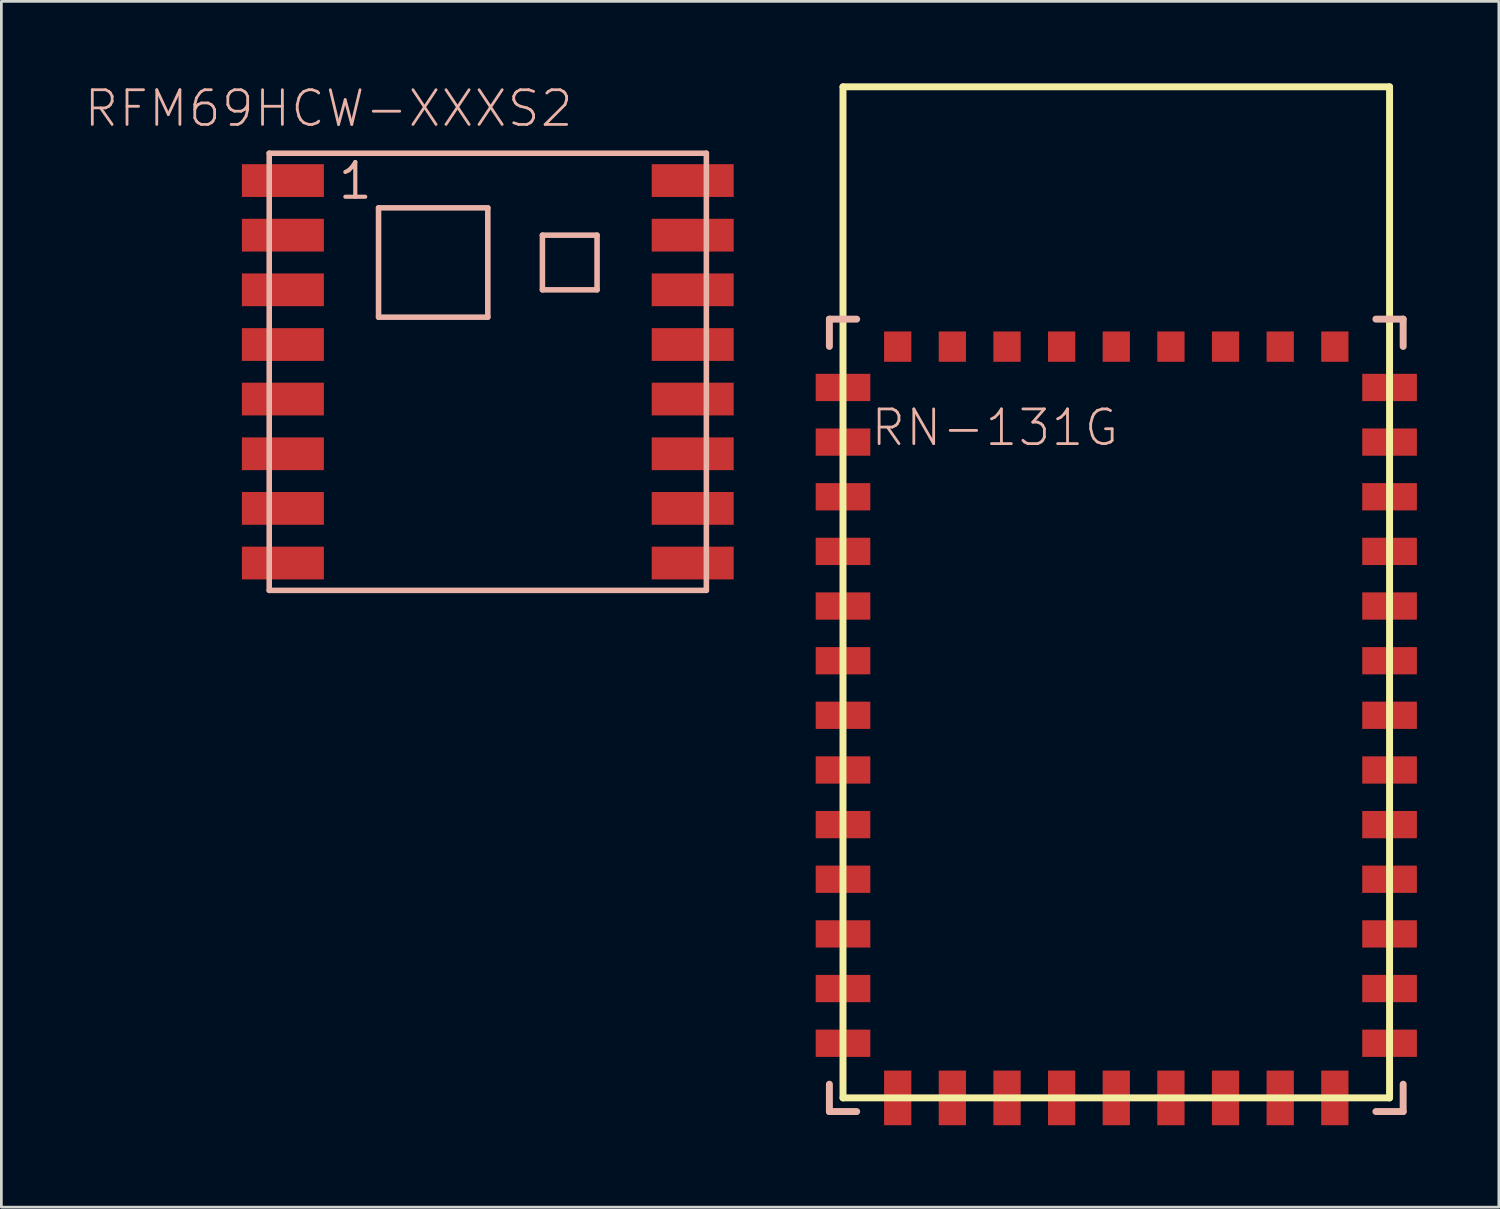
<source format=kicad_pcb>
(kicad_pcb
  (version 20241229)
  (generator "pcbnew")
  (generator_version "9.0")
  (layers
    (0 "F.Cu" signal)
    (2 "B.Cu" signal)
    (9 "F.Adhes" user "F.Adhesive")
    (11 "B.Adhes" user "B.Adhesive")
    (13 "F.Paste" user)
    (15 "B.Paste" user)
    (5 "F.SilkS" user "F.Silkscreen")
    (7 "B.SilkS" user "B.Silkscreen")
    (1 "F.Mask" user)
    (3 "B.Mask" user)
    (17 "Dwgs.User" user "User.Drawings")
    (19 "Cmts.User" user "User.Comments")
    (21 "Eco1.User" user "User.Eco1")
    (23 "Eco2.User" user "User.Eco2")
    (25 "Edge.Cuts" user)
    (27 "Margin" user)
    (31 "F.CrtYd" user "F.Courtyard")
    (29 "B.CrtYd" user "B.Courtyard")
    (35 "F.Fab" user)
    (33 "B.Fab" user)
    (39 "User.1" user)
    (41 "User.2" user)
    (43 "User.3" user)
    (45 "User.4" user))
  (footprint "RFM69HCW-XXXS2"
    (layer "F.Cu")
    (at 14.8 10.555)
    (property "Reference" "RFM69HCW-XXXS2" (at -5.824 -9.634 0) (layer "B.SilkS") (effects (font (size 1.27 1.27) (thickness 0.102))))
    (attr smd)
    (fp_line (start -7.998 -7.998) (end 7.998 -7.998) (stroke (width 0.203) (type solid)) (layer "B.SilkS"))
    (fp_line (start -7.998 7.998) (end -7.998 -7.998) (stroke (width 0.203) (type solid)) (layer "B.SilkS"))
    (fp_line (start -3.998 -5.999) (end -3.998 -1.999) (stroke (width 0.203) (type solid)) (layer "B.SilkS"))
    (fp_line (start -3.998 -1.999) (end 0 -1.999) (stroke (width 0.203) (type solid)) (layer "B.SilkS"))
    (fp_line (start 0 -5.999) (end -3.998 -5.999) (stroke (width 0.203) (type solid)) (layer "B.SilkS"))
    (fp_line (start 0 -1.999) (end 0 -5.999) (stroke (width 0.203) (type solid)) (layer "B.SilkS"))
    (fp_line (start 1.999 -3) (end 1.999 -4.999) (stroke (width 0.203) (type solid)) (layer "B.SilkS"))
    (fp_line (start 3.998 -4.999) (end 1.999 -4.999) (stroke (width 0.203) (type solid)) (layer "B.SilkS"))
    (fp_line (start 3.998 -3) (end 1.999 -3) (stroke (width 0.203) (type solid)) (layer "B.SilkS"))
    (fp_line (start 3.998 -3) (end 3.998 -4.999) (stroke (width 0.203) (type solid)) (layer "B.SilkS"))
    (fp_line (start 7.998 -7.998) (end 7.998 7.998) (stroke (width 0.203) (type solid)) (layer "B.SilkS"))
    (fp_line (start 7.998 7.998) (end -7.998 7.998) (stroke (width 0.203) (type solid)) (layer "B.SilkS"))
    (fp_text user "1" (at -4.849 -6.985 0) (layer "B.SilkS") (effects (font (size 1.27 1.27) (thickness 0.152))))
    (pad "1" smd rect (at -7.498 -6.998) (size 3 1.199) (layers "F.Cu" "F.Mask" "F.Paste"))
    (pad "2" smd rect (at -7.498 -4.999) (size 3 1.199) (layers "F.Cu" "F.Mask" "F.Paste"))
    (pad "3" smd rect (at -7.498 -3) (size 3 1.199) (layers "F.Cu" "F.Mask" "F.Paste"))
    (pad "4" smd rect (at -7.498 -0.998) (size 3 1.199) (layers "F.Cu" "F.Mask" "F.Paste"))
    (pad "5" smd rect (at -7.498 0.998) (size 3 1.199) (layers "F.Cu" "F.Mask" "F.Paste"))
    (pad "6" smd rect (at -7.498 3) (size 3 1.199) (layers "F.Cu" "F.Mask" "F.Paste"))
    (pad "7" smd rect (at -7.498 4.999) (size 3 1.199) (layers "F.Cu" "F.Mask" "F.Paste"))
    (pad "8" smd rect (at -7.498 6.998) (size 3 1.199) (layers "F.Cu" "F.Mask" "F.Paste"))
    (pad "9" smd rect (at 7.498 6.998) (size 3 1.199) (layers "F.Cu" "F.Mask" "F.Paste"))
    (pad "10" smd rect (at 7.498 4.999) (size 3 1.199) (layers "F.Cu" "F.Mask" "F.Paste"))
    (pad "11" smd rect (at 7.498 3) (size 3 1.199) (layers "F.Cu" "F.Mask" "F.Paste"))
    (pad "12" smd rect (at 7.498 0.998) (size 3 1.199) (layers "F.Cu" "F.Mask" "F.Paste"))
    (pad "13" smd rect (at 7.498 -0.998) (size 3 1.199) (layers "F.Cu" "F.Mask" "F.Paste"))
    (pad "14" smd rect (at 7.498 -3) (size 3 1.199) (layers "F.Cu" "F.Mask" "F.Paste"))
    (pad "15" smd rect (at 7.498 -4.999) (size 3 1.199) (layers "F.Cu" "F.Mask" "F.Paste"))
    (pad "16" smd rect (at 7.498 -6.998) (size 3 1.199) (layers "F.Cu" "F.Mask" "F.Paste")))
  (footprint "RN-131G"
    (layer "F.Cu")
    (at 37.798 22.126)
    (property "Reference" "RN-131G" (at -4.445 -9.525 0) (layer "B.SilkS") (effects (font (size 1.27 1.27) (thickness 0.102))))
    (attr smd)
    (fp_line (start -10 -21.999) (end -10 14.999) (stroke (width 0.254) (type solid)) (layer "F.SilkS"))
    (fp_line (start -10 14.999) (end 10 14.999) (stroke (width 0.254) (type solid)) (layer "F.SilkS"))
    (fp_line (start 10 -21.999) (end -10 -21.999) (stroke (width 0.254) (type solid)) (layer "F.SilkS"))
    (fp_line (start 10 14.999) (end 10 -21.999) (stroke (width 0.254) (type solid)) (layer "F.SilkS"))
    (fp_line (start -10.498 -13.498) (end -9.5 -13.498) (stroke (width 0.254) (type solid)) (layer "B.SilkS"))
    (fp_line (start -10.498 -12.499) (end -10.498 -13.498) (stroke (width 0.254) (type solid)) (layer "B.SilkS"))
    (fp_line (start -10.498 14.498) (end -10.498 15.499) (stroke (width 0.254) (type solid)) (layer "B.SilkS"))
    (fp_line (start -10.498 15.499) (end -9.5 15.499) (stroke (width 0.254) (type solid)) (layer "B.SilkS"))
    (fp_line (start 9.5 15.499) (end 10.498 15.499) (stroke (width 0.254) (type solid)) (layer "B.SilkS"))
    (fp_line (start 10.498 -13.498) (end 9.5 -13.498) (stroke (width 0.254) (type solid)) (layer "B.SilkS"))
    (fp_line (start 10.498 -12.499) (end 10.498 -13.498) (stroke (width 0.254) (type solid)) (layer "B.SilkS"))
    (fp_line (start 10.498 15.499) (end 10.498 14.498) (stroke (width 0.254) (type solid)) (layer "B.SilkS"))
    (pad "P$1" smd rect (at -10 -10.998 90) (size 0.998 1.999) (layers "F.Cu" "F.Mask" "F.Paste"))
    (pad "P$2" smd rect (at -10 -8.999 90) (size 0.998 1.999) (layers "F.Cu" "F.Mask" "F.Paste"))
    (pad "P$3" smd rect (at -10 -6.998 90) (size 0.998 1.999) (layers "F.Cu" "F.Mask" "F.Paste"))
    (pad "P$4" smd rect (at -10 -4.999 90) (size 0.998 1.999) (layers "F.Cu" "F.Mask" "F.Paste"))
    (pad "P$5" smd rect (at -10 -3 90) (size 0.998 1.999) (layers "F.Cu" "F.Mask" "F.Paste"))
    (pad "P$6" smd rect (at -10 -0.998 90) (size 0.998 1.999) (layers "F.Cu" "F.Mask" "F.Paste"))
    (pad "P$7" smd rect (at -10 0.998 90) (size 0.998 1.999) (layers "F.Cu" "F.Mask" "F.Paste"))
    (pad "P$8" smd rect (at -10 3 90) (size 0.998 1.999) (layers "F.Cu" "F.Mask" "F.Paste"))
    (pad "P$9" smd rect (at -10 4.999 90) (size 0.998 1.999) (layers "F.Cu" "F.Mask" "F.Paste"))
    (pad "P$10" smd rect (at -10 6.998 90) (size 0.998 1.999) (layers "F.Cu" "F.Mask" "F.Paste"))
    (pad "P$11" smd rect (at -10 8.999 90) (size 0.998 1.999) (layers "F.Cu" "F.Mask" "F.Paste"))
    (pad "P$12" smd rect (at -10 10.998 90) (size 0.998 1.999) (layers "F.Cu" "F.Mask" "F.Paste"))
    (pad "P$13" smd rect (at -10 13 90) (size 0.998 1.999) (layers "F.Cu" "F.Mask" "F.Paste"))
    (pad "P$14" smd rect (at -7.998 14.999 180) (size 0.998 1.999) (layers "F.Cu" "F.Mask" "F.Paste"))
    (pad "P$15" smd rect (at -5.999 14.999 180) (size 0.998 1.999) (layers "F.Cu" "F.Mask" "F.Paste"))
    (pad "P$16" smd rect (at -3.998 14.999 180) (size 0.998 1.999) (layers "F.Cu" "F.Mask" "F.Paste"))
    (pad "P$17" smd rect (at -1.999 14.999 180) (size 0.998 1.999) (layers "F.Cu" "F.Mask" "F.Paste"))
    (pad "P$18" smd rect (at 0 14.999 180) (size 0.998 1.999) (layers "F.Cu" "F.Mask" "F.Paste"))
    (pad "P$19" smd rect (at 1.999 14.999 180) (size 0.998 1.999) (layers "F.Cu" "F.Mask" "F.Paste"))
    (pad "P$20" smd rect (at 3.998 14.999 180) (size 0.998 1.999) (layers "F.Cu" "F.Mask" "F.Paste"))
    (pad "P$21" smd rect (at 5.999 14.999 180) (size 0.998 1.999) (layers "F.Cu" "F.Mask" "F.Paste"))
    (pad "P$22" smd rect (at 7.998 14.999 180) (size 0.998 1.999) (layers "F.Cu" "F.Mask" "F.Paste"))
    (pad "P$23" smd rect (at 10 13 270) (size 0.998 1.999) (layers "F.Cu" "F.Mask" "F.Paste"))
    (pad "P$24" smd rect (at 10 10.998 270) (size 0.998 1.999) (layers "F.Cu" "F.Mask" "F.Paste"))
    (pad "P$25" smd rect (at 10 8.999 270) (size 0.998 1.999) (layers "F.Cu" "F.Mask" "F.Paste"))
    (pad "P$26" smd rect (at 10 6.998 270) (size 0.998 1.999) (layers "F.Cu" "F.Mask" "F.Paste"))
    (pad "P$27" smd rect (at 10 4.999 270) (size 0.998 1.999) (layers "F.Cu" "F.Mask" "F.Paste"))
    (pad "P$28" smd rect (at 10 3 270) (size 0.998 1.999) (layers "F.Cu" "F.Mask" "F.Paste"))
    (pad "P$29" smd rect (at 10 0.998 270) (size 0.998 1.999) (layers "F.Cu" "F.Mask" "F.Paste"))
    (pad "P$30" smd rect (at 10 -0.998 270) (size 0.998 1.999) (layers "F.Cu" "F.Mask" "F.Paste"))
    (pad "P$31" smd rect (at 10 -3 270) (size 0.998 1.999) (layers "F.Cu" "F.Mask" "F.Paste"))
    (pad "P$32" smd rect (at 10 -4.999 270) (size 0.998 1.999) (layers "F.Cu" "F.Mask" "F.Paste"))
    (pad "P$33" smd rect (at 10 -6.998 270) (size 0.998 1.999) (layers "F.Cu" "F.Mask" "F.Paste"))
    (pad "P$34" smd rect (at 10 -8.999 270) (size 0.998 1.999) (layers "F.Cu" "F.Mask" "F.Paste"))
    (pad "P$35" smd rect (at 10 -10.998 270) (size 0.998 1.999) (layers "F.Cu" "F.Mask" "F.Paste"))
    (pad "P$36" smd rect (at 7.998 -12.492) (size 0.998 1.11) (layers "F.Cu" "F.Mask" "F.Paste"))
    (pad "P$37" smd rect (at 5.999 -12.492) (size 0.998 1.11) (layers "F.Cu" "F.Mask" "F.Paste"))
    (pad "P$38" smd rect (at 3.998 -12.492) (size 0.998 1.11) (layers "F.Cu" "F.Mask" "F.Paste"))
    (pad "P$39" smd rect (at 1.999 -12.492) (size 0.998 1.11) (layers "F.Cu" "F.Mask" "F.Paste"))
    (pad "P$40" smd rect (at 0 -12.492) (size 0.998 1.11) (layers "F.Cu" "F.Mask" "F.Paste"))
    (pad "P$41" smd rect (at -1.999 -12.492) (size 0.998 1.11) (layers "F.Cu" "F.Mask" "F.Paste"))
    (pad "P$42" smd rect (at -3.998 -12.492) (size 0.998 1.11) (layers "F.Cu" "F.Mask" "F.Paste"))
    (pad "P$43" smd rect (at -5.999 -12.492) (size 0.998 1.11) (layers "F.Cu" "F.Mask" "F.Paste"))
    (pad "P$44" smd rect (at -7.998 -12.492) (size 0.998 1.11) (layers "F.Cu" "F.Mask" "F.Paste")))
  (gr_rect
    (start -3 -3)
    (end 51.797 41.124)
    (stroke (width 0.1) (type default))
    (fill no)
    (layer "Edge.Cuts")))
</source>
